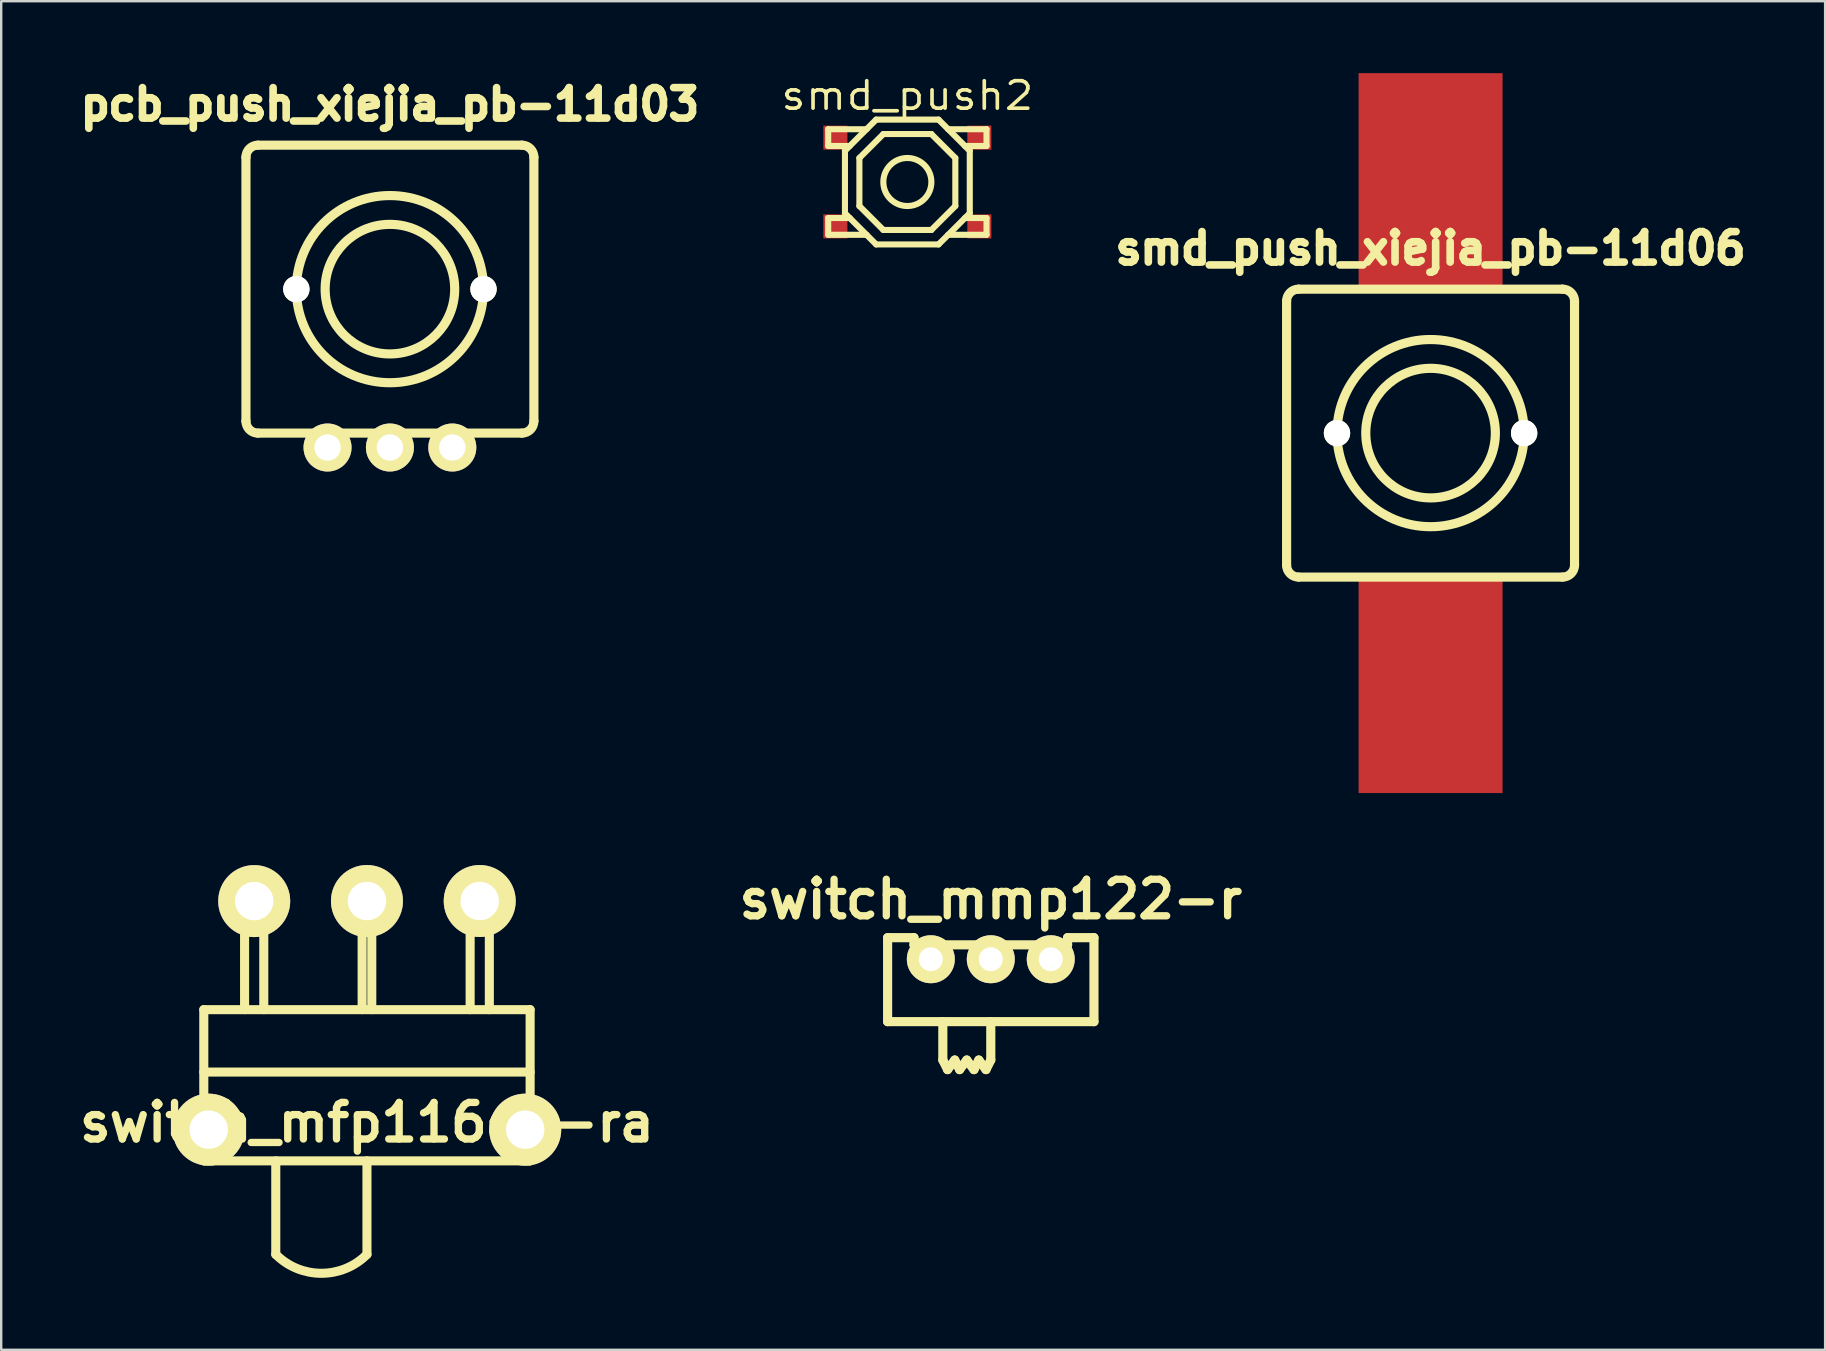
<source format=kicad_pcb>
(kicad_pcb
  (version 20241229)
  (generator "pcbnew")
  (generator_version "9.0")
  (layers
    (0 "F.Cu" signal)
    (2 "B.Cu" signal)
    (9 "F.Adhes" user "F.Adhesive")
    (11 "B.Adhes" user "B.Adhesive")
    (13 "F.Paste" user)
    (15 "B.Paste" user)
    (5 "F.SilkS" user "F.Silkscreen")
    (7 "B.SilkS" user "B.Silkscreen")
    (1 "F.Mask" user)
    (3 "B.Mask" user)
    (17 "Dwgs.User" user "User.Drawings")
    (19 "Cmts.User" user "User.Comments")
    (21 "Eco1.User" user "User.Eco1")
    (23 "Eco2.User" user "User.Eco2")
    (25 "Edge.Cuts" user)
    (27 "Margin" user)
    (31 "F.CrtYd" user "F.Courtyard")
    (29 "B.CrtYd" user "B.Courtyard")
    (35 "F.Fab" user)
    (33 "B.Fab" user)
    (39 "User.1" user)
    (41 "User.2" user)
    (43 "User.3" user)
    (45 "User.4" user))
  (footprint "switch_mfp116dg-ra"
    (layer "F.Cu")
    (at 12.243 44.028)
    (property "Reference" "switch_mfp116dg-ra" (at 0 -0.3 0) (layer "F.SilkS") (effects (font (size 1.524 1.524) (thickness 0.305))))
    (attr through_hole)
    (fp_line (start -6.8 -5.001) (end -6.8 1.3) (stroke (width 0.378) (type solid)) (layer "F.SilkS"))
    (fp_line (start -6.8 -2.4) (end 6.8 -2.4) (stroke (width 0.378) (type solid)) (layer "F.SilkS"))
    (fp_line (start -6.8 1.3) (end 6.8 1.3) (stroke (width 0.378) (type solid)) (layer "F.SilkS"))
    (fp_line (start -5.1 -9.5) (end -5.1 -5.001) (stroke (width 0.378) (type solid)) (layer "F.SilkS"))
    (fp_line (start -5.1 -9.5) (end -4.3 -9.5) (stroke (width 0.378) (type solid)) (layer "F.SilkS"))
    (fp_line (start -4.3 -9.5) (end -4.3 -5.001) (stroke (width 0.378) (type solid)) (layer "F.SilkS"))
    (fp_line (start -3.8 5.199) (end -3.8 1.3) (stroke (width 0.378) (type solid)) (layer "F.SilkS"))
    (fp_line (start -0.201 -9.5) (end 0.201 -9.5) (stroke (width 0.378) (type solid)) (layer "F.SilkS"))
    (fp_line (start -0.201 -5.001) (end -0.201 -9.5) (stroke (width 0.378) (type solid)) (layer "F.SilkS"))
    (fp_line (start 0 5.199) (end 0 1.3) (stroke (width 0.378) (type solid)) (layer "F.SilkS"))
    (fp_line (start 0.201 -9.5) (end 0.201 -5.001) (stroke (width 0.378) (type solid)) (layer "F.SilkS"))
    (fp_line (start 4.3 -9.5) (end 4.3 -5.001) (stroke (width 0.378) (type solid)) (layer "F.SilkS"))
    (fp_line (start 5.1 -9.5) (end 4.3 -9.5) (stroke (width 0.378) (type solid)) (layer "F.SilkS"))
    (fp_line (start 5.1 -5.001) (end 5.1 -9.5) (stroke (width 0.378) (type solid)) (layer "F.SilkS"))
    (fp_line (start 6.8 -5.001) (end -6.8 -5.001) (stroke (width 0.378) (type solid)) (layer "F.SilkS"))
    (fp_line (start 6.8 1.3) (end 6.8 -5.001) (stroke (width 0.378) (type solid)) (layer "F.SilkS"))
    (fp_arc (start 0 5.19938) (mid -1.89992 5.986353) (end -3.79984 5.19938) (stroke (width 0.37846) (type solid)) (layer "F.SilkS"))
    (pad "" thru_hole circle (at -6.596 0) (size 3 3) (drill 1.6) (layers "*.Cu" "*.Mask" "F.SilkS"))
    (pad "" thru_hole circle (at 6.596 0) (size 3 3) (drill 1.6) (layers "*.Cu" "*.Mask" "F.SilkS"))
    (pad "1" thru_hole circle (at -4.699 -9.525) (size 3 3) (drill 1.6) (layers "*.Cu" "*.Mask" "F.SilkS"))
    (pad "2" thru_hole circle (at 0 -9.528) (size 3 3) (drill 1.6) (layers "*.Cu" "*.Mask" "F.SilkS"))
    (pad "3" thru_hole circle (at 4.699 -9.528) (size 3 3) (drill 1.6) (layers "*.Cu" "*.Mask" "F.SilkS")))
  (footprint "smd_push2"
    (layer "F.Cu")
    (at 34.764 4.535)
    (property "Reference" "smd_push2" (at 0 -3.599 0) (layer "F.SilkS") (effects (font (size 1.143 1.27) (thickness 0.152))))
    (attr through_hole)
    (fp_line (start -3.299 -2.2) (end -3.299 -1.501) (stroke (width 0.254) (type solid)) (layer "F.SilkS"))
    (fp_line (start -3.299 -1.501) (end -2.4 -1.501) (stroke (width 0.254) (type solid)) (layer "F.SilkS"))
    (fp_line (start -3.299 1.501) (end -3.299 2.2) (stroke (width 0.254) (type solid)) (layer "F.SilkS"))
    (fp_line (start -3.299 1.501) (end -2.4 1.501) (stroke (width 0.254) (type solid)) (layer "F.SilkS"))
    (fp_line (start -3.299 2.2) (end -1.699 2.2) (stroke (width 0.254) (type solid)) (layer "F.SilkS"))
    (fp_line (start -2.601 -1.3) (end -2.601 1.3) (stroke (width 0.254) (type solid)) (layer "F.SilkS"))
    (fp_line (start -2.601 1.3) (end -1.3 2.601) (stroke (width 0.254) (type solid)) (layer "F.SilkS"))
    (fp_line (start -1.999 -1.001) (end -1.999 1.001) (stroke (width 0.254) (type solid)) (layer "F.SilkS"))
    (fp_line (start -1.999 1.001) (end -1.001 1.999) (stroke (width 0.254) (type solid)) (layer "F.SilkS"))
    (fp_line (start -1.699 -2.2) (end -3.299 -2.2) (stroke (width 0.254) (type solid)) (layer "F.SilkS"))
    (fp_line (start -1.3 -2.601) (end -2.601 -1.3) (stroke (width 0.254) (type solid)) (layer "F.SilkS"))
    (fp_line (start -1.3 2.601) (end 1.3 2.601) (stroke (width 0.254) (type solid)) (layer "F.SilkS"))
    (fp_line (start -1.001 -1.999) (end -1.999 -1.001) (stroke (width 0.254) (type solid)) (layer "F.SilkS"))
    (fp_line (start -1.001 1.999) (end 1.001 1.999) (stroke (width 0.254) (type solid)) (layer "F.SilkS"))
    (fp_line (start 1.001 -1.999) (end -1.001 -1.999) (stroke (width 0.254) (type solid)) (layer "F.SilkS"))
    (fp_line (start 1.001 1.999) (end 1.999 1.001) (stroke (width 0.254) (type solid)) (layer "F.SilkS"))
    (fp_line (start 1.3 -2.601) (end -1.3 -2.601) (stroke (width 0.254) (type solid)) (layer "F.SilkS"))
    (fp_line (start 1.3 2.601) (end 2.601 1.3) (stroke (width 0.254) (type solid)) (layer "F.SilkS"))
    (fp_line (start 1.699 2.2) (end 3.299 2.2) (stroke (width 0.254) (type solid)) (layer "F.SilkS"))
    (fp_line (start 1.999 -1.001) (end 1.001 -1.999) (stroke (width 0.254) (type solid)) (layer "F.SilkS"))
    (fp_line (start 1.999 1.001) (end 1.999 -1.001) (stroke (width 0.254) (type solid)) (layer "F.SilkS"))
    (fp_line (start 2.4 -1.501) (end 3.299 -1.501) (stroke (width 0.254) (type solid)) (layer "F.SilkS"))
    (fp_line (start 2.601 -1.3) (end 1.3 -2.601) (stroke (width 0.254) (type solid)) (layer "F.SilkS"))
    (fp_line (start 2.601 1.3) (end 2.601 -1.3) (stroke (width 0.254) (type solid)) (layer "F.SilkS"))
    (fp_line (start 3.299 -2.2) (end 1.699 -2.2) (stroke (width 0.254) (type solid)) (layer "F.SilkS"))
    (fp_line (start 3.299 -1.501) (end 3.299 -2.2) (stroke (width 0.254) (type solid)) (layer "F.SilkS"))
    (fp_line (start 3.299 1.501) (end 2.4 1.501) (stroke (width 0.254) (type solid)) (layer "F.SilkS"))
    (fp_line (start 3.299 2.2) (end 3.299 1.501) (stroke (width 0.254) (type solid)) (layer "F.SilkS"))
    (fp_circle (center 0 0) (end -1.001 0) (stroke (width 0.254) (type solid)) (fill no) (layer "F.SilkS"))
    (pad "1" smd rect (at -3 -1.849) (size 1.001 1.001) (layers "F.Cu" "F.Mask" "F.Paste"))
    (pad "2" smd rect (at 3 1.849) (size 1.001 1.001) (layers "F.Cu" "F.Mask" "F.Paste"))
    (pad "3" smd rect (at -3 1.849) (size 1.001 1.001) (layers "F.Cu" "F.Mask" "F.Paste"))
    (pad "4" smd rect (at 3 -1.849) (size 1.001 1.001) (layers "F.Cu" "F.Mask" "F.Paste")))
  (footprint "pcb_push_xiejia_pb-11d03"
    (layer "F.Cu")
    (at 13.2 9)
    (property "Reference" "pcb_push_xiejia_pb-11d03" (at 0 -7.7 0) (layer "F.SilkS") (effects (font (size 1.27 1.27) (thickness 0.318))))
    (attr through_hole)
    (fp_line (start -6 5.5) (end -6 -5.5) (stroke (width 0.381) (type solid)) (layer "F.SilkS"))
    (fp_line (start -5.5 -6) (end 5.5 -6) (stroke (width 0.381) (type solid)) (layer "F.SilkS"))
    (fp_line (start 5.5 6) (end -5.5 6) (stroke (width 0.381) (type solid)) (layer "F.SilkS"))
    (fp_line (start 6 -5.5) (end 6 5.5) (stroke (width 0.381) (type solid)) (layer "F.SilkS"))
    (fp_arc (start -6 -5.5) (mid -5.853553 -5.853553) (end -5.5 -6) (stroke (width 0.381) (type solid)) (layer "F.SilkS"))
    (fp_arc (start -5.5 6) (mid -5.853553 5.853553) (end -6 5.5) (stroke (width 0.381) (type solid)) (layer "F.SilkS"))
    (fp_arc (start 5.5 -6) (mid 5.853553 -5.853553) (end 6 -5.5) (stroke (width 0.381) (type solid)) (layer "F.SilkS"))
    (fp_arc (start 6 5.5) (mid 5.853553 5.853553) (end 5.5 6) (stroke (width 0.381) (type solid)) (layer "F.SilkS"))
    (fp_circle (center 0 0) (end 2.7 0) (stroke (width 0.381) (type solid)) (fill no) (layer "F.SilkS"))
    (fp_circle (center 0 0) (end 3.9 0) (stroke (width 0.381) (type solid)) (fill no) (layer "F.SilkS"))
    (pad "" np_thru_hole circle (at -3.9 0) (size 1.1 1.1) (drill 1.1) (layers "*.Cu" "*.Mask" "F.SilkS"))
    (pad "" np_thru_hole circle (at 3.9 0) (size 1.1 1.1) (drill 1.1) (layers "*.Cu" "*.Mask" "F.SilkS"))
    (pad "1" thru_hole circle (at 0 6.6) (size 2 2) (drill 1.1) (layers "*.Cu" "*.Mask" "F.SilkS"))
    (pad "2" thru_hole circle (at 2.6 6.6) (size 2 2) (drill 1.1) (layers "*.Cu" "*.Mask" "F.SilkS"))
    (pad "3" thru_hole circle (at -2.6 6.6) (size 2 2) (drill 1.1) (layers "*.Cu" "*.Mask" "F.SilkS")))
  (footprint "switch_mmp122-r"
    (layer "F.Cu")
    (at 38.241 36.926)
    (property "Reference" "switch_mmp122-r" (at 0 -2.499 0) (layer "F.SilkS") (effects (font (size 1.524 1.524) (thickness 0.305))))
    (attr through_hole)
    (fp_line (start -4.3 -0.899) (end -4.3 2.601) (stroke (width 0.381) (type solid)) (layer "F.SilkS"))
    (fp_line (start -4.3 2.601) (end 4.3 2.601) (stroke (width 0.381) (type solid)) (layer "F.SilkS"))
    (fp_line (start -3.2 -0.899) (end -4.3 -0.899) (stroke (width 0.381) (type solid)) (layer "F.SilkS"))
    (fp_line (start -3.2 -0.599) (end -3.2 -0.899) (stroke (width 0.381) (type solid)) (layer "F.SilkS"))
    (fp_line (start -1.999 2.601) (end -1.999 4.201) (stroke (width 0.381) (type solid)) (layer "F.SilkS"))
    (fp_line (start -1.999 4.201) (end -1.801 4.6) (stroke (width 0.381) (type solid)) (layer "F.SilkS"))
    (fp_line (start -1.801 4.6) (end -1.501 4.201) (stroke (width 0.381) (type solid)) (layer "F.SilkS"))
    (fp_line (start -1.501 4.201) (end -1.3 4.6) (stroke (width 0.381) (type solid)) (layer "F.SilkS"))
    (fp_line (start -1.3 4.6) (end -1.001 4.201) (stroke (width 0.381) (type solid)) (layer "F.SilkS"))
    (fp_line (start -1.001 4.201) (end -0.701 4.6) (stroke (width 0.381) (type solid)) (layer "F.SilkS"))
    (fp_line (start -0.701 4.6) (end -0.5 4.201) (stroke (width 0.381) (type solid)) (layer "F.SilkS"))
    (fp_line (start -0.5 4.201) (end -0.201 4.6) (stroke (width 0.381) (type solid)) (layer "F.SilkS"))
    (fp_line (start -0.201 4.6) (end 0 4.201) (stroke (width 0.381) (type solid)) (layer "F.SilkS"))
    (fp_line (start 0 2.601) (end 0 4.201) (stroke (width 0.381) (type solid)) (layer "F.SilkS"))
    (fp_line (start 3.2 -0.899) (end 3.2 -0.599) (stroke (width 0.381) (type solid)) (layer "F.SilkS"))
    (fp_line (start 3.2 -0.599) (end -3.2 -0.599) (stroke (width 0.381) (type solid)) (layer "F.SilkS"))
    (fp_line (start 4.3 -0.899) (end 3.2 -0.899) (stroke (width 0.381) (type solid)) (layer "F.SilkS"))
    (fp_line (start 4.3 2.601) (end 4.3 -0.899) (stroke (width 0.381) (type solid)) (layer "F.SilkS"))
    (pad "1" thru_hole circle (at -2.499 0) (size 1.999 1.999) (drill 0.998) (layers "*.Cu" "*.Mask" "F.SilkS"))
    (pad "2" thru_hole circle (at 0 0) (size 1.999 1.999) (drill 0.998) (layers "*.Cu" "*.Mask" "F.SilkS"))
    (pad "3" thru_hole circle (at 2.499 0) (size 1.999 1.999) (drill 0.998) (layers "*.Cu" "*.Mask" "F.SilkS")))
  (footprint "smd_push_xiejia_pb-11d06"
    (layer "F.Cu")
    (at 56.569 15)
    (property "Reference" "smd_push_xiejia_pb-11d06" (at 0 -7.7 0) (layer "F.SilkS") (effects (font (size 1.27 1.27) (thickness 0.318))))
    (attr through_hole)
    (fp_line (start -6 5.5) (end -6 -5.5) (stroke (width 0.381) (type solid)) (layer "F.SilkS"))
    (fp_line (start -5.5 -6) (end 5.5 -6) (stroke (width 0.381) (type solid)) (layer "F.SilkS"))
    (fp_line (start 5.5 6) (end -5.5 6) (stroke (width 0.381) (type solid)) (layer "F.SilkS"))
    (fp_line (start 6 -5.5) (end 6 5.5) (stroke (width 0.381) (type solid)) (layer "F.SilkS"))
    (fp_arc (start -6 -5.5) (mid -5.853553 -5.853553) (end -5.5 -6) (stroke (width 0.381) (type solid)) (layer "F.SilkS"))
    (fp_arc (start -5.5 6) (mid -5.853553 5.853553) (end -6 5.5) (stroke (width 0.381) (type solid)) (layer "F.SilkS"))
    (fp_arc (start 5.5 -6) (mid 5.853553 -5.853553) (end 6 -5.5) (stroke (width 0.381) (type solid)) (layer "F.SilkS"))
    (fp_arc (start 6 5.5) (mid 5.853553 5.853553) (end 5.5 6) (stroke (width 0.381) (type solid)) (layer "F.SilkS"))
    (fp_circle (center 0 0) (end 2.7 0) (stroke (width 0.381) (type solid)) (fill no) (layer "F.SilkS"))
    (fp_circle (center 0 0) (end 3.9 0) (stroke (width 0.381) (type solid)) (fill no) (layer "F.SilkS"))
    (pad "" np_thru_hole circle (at -3.9 0) (size 1.1 1.1) (drill 1.1) (layers "*.Cu" "*.Mask" "F.SilkS"))
    (pad "" np_thru_hole circle (at 3.9 0) (size 1.1 1.1) (drill 1.1) (layers "*.Cu" "*.Mask" "F.SilkS"))
    (pad "1" smd rect (at 0 -10.5) (size 6 9) (layers "F.Cu" "F.Mask" "F.Paste"))
    (pad "2" smd rect (at 0 10.5) (size 6 9) (layers "F.Cu" "F.Mask" "F.Paste")))
  (gr_rect
    (start -3 -3)
    (end 73.012 53.203)
    (stroke (width 0.1) (type default))
    (fill no)
    (layer "Edge.Cuts")))
</source>
